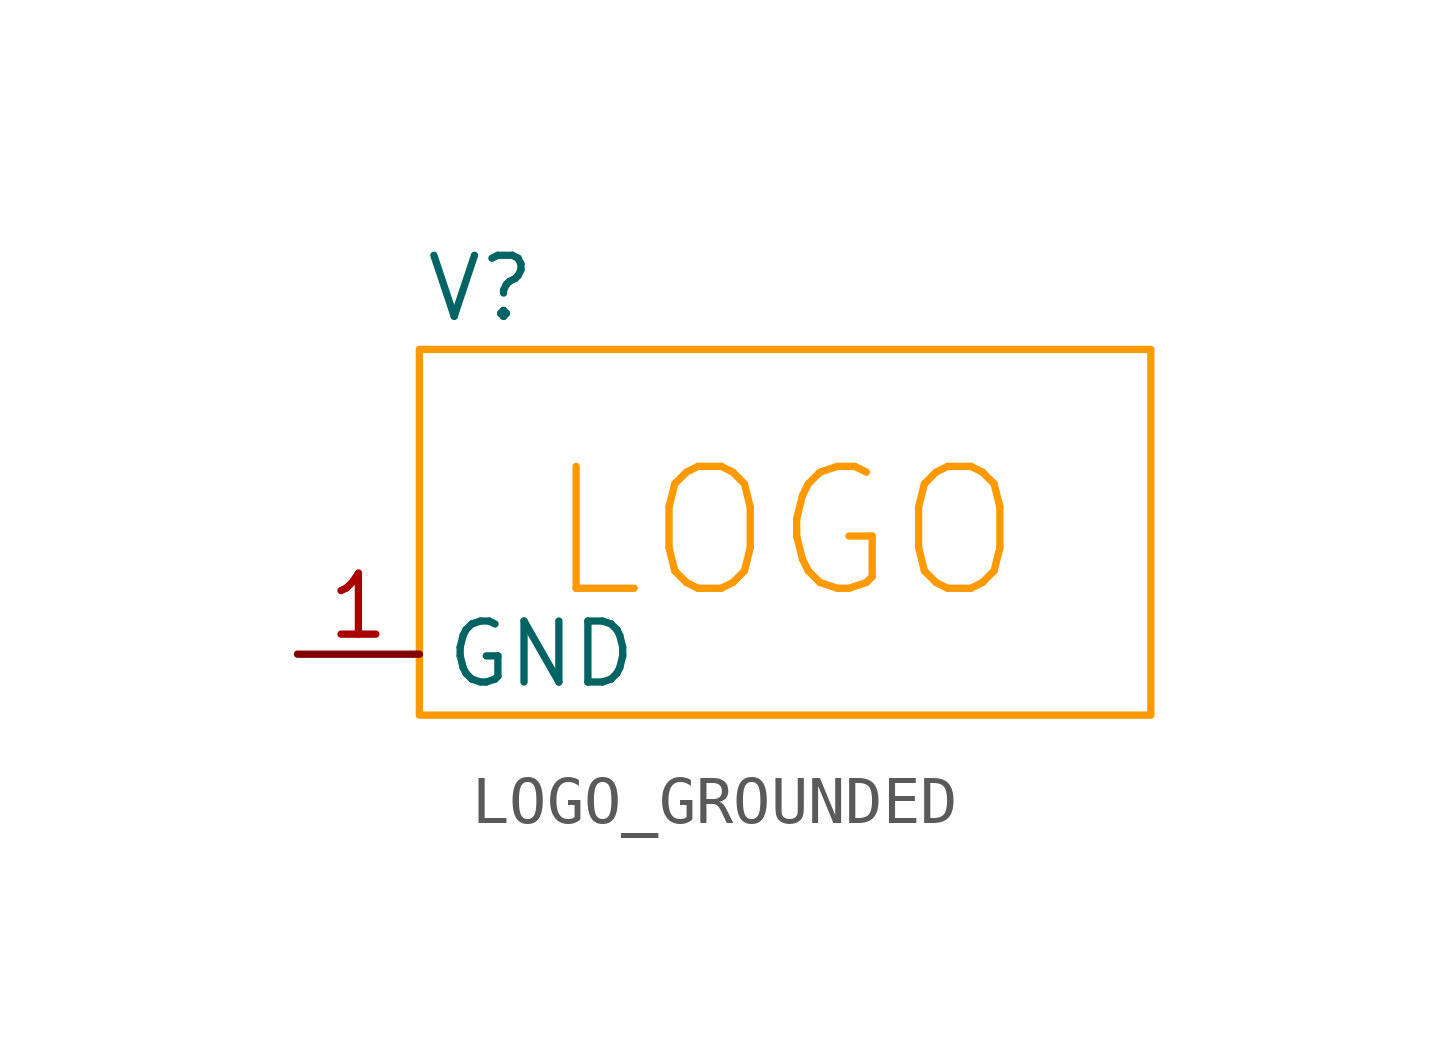
<source format=kicad_sym>
(kicad_symbol_lib
  (version 20220914)
  (generator kicad_symbol_editor)
  (symbol "LOGO_GROUNDED"
    (property "Reference" "V"
      (at 1.27 1.27 0)
      (effects (font (size 1.27 1.27))))
    (symbol "LOGO_GROUNDED_1_1"
      (rectangle (start 0 0) (end 15.24 -7.62) (stroke (width 0) (type default) (color 255 153 0 1)) (fill (type none)))
      (text "LOGO" (at 7.62 -3.81 0) (effects (font (size 2.54 2.54) (color 255 153 0 1))))
      (pin passive line (at -2.54 -6.35 0) (length 2.54) (name "GND" (effects (font (size 1.27 1.27)))) (number "1" (effects (font (size 1.27 1.27))))))))
</source>
